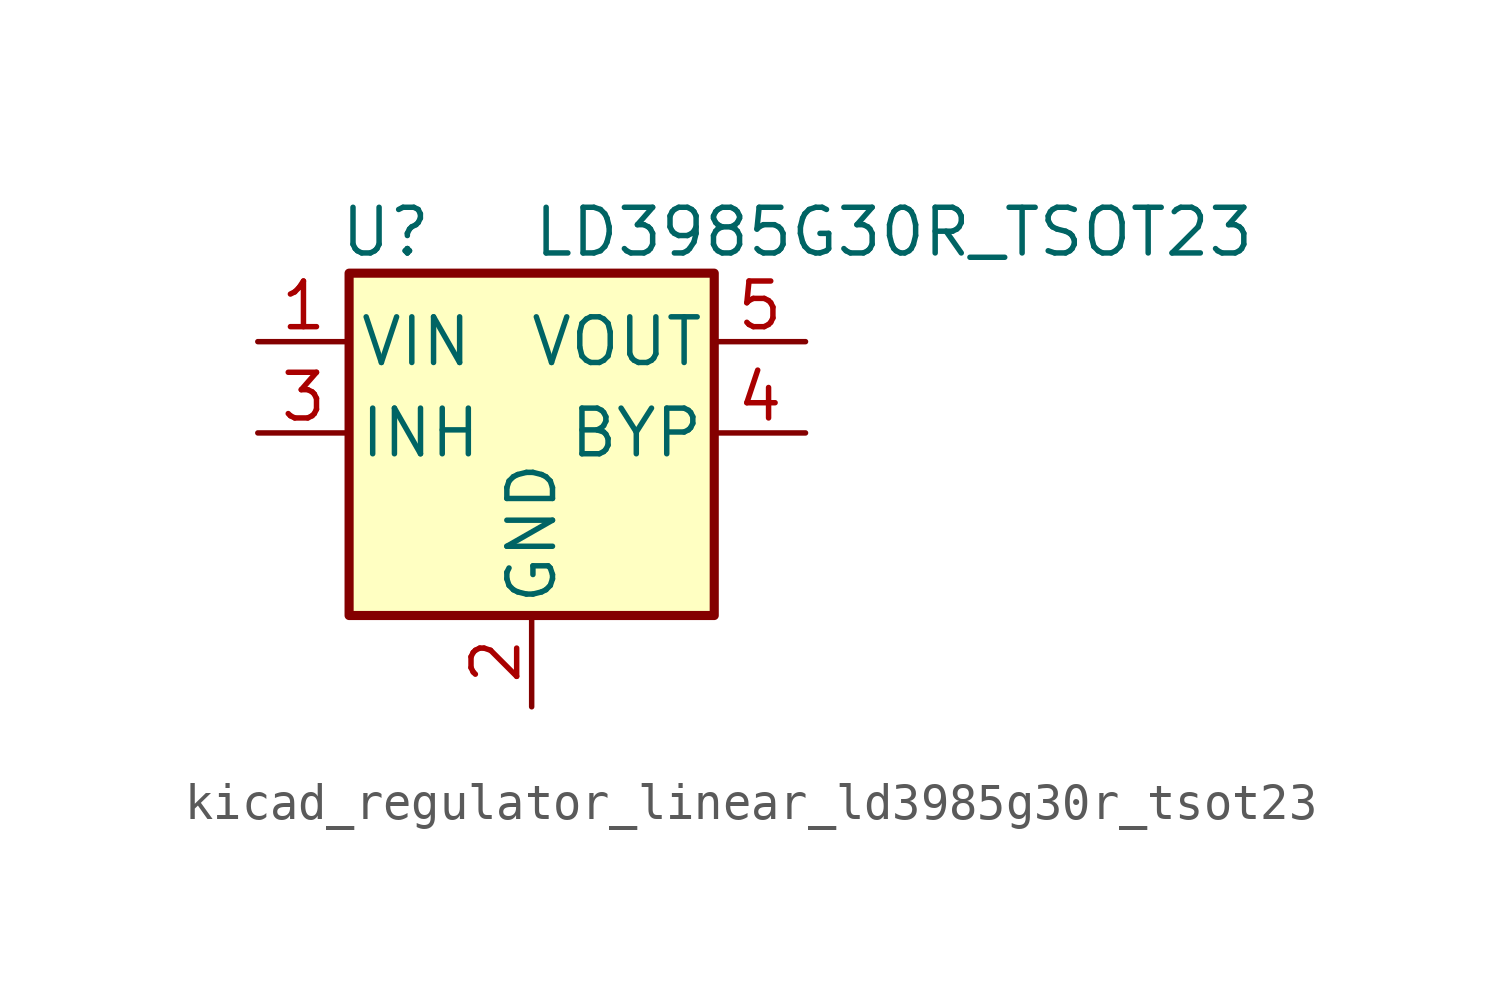
<source format=kicad_sym>
(kicad_symbol_lib
  (version 20220914)
  (generator kicad_symbol_editor)
  (symbol "kicad_regulator_linear_ld3985g30r_tsot23"
    (pin_names
      (offset 0.254))
    (property "Reference" "U"
      (at -4.064 5.588 0)
      (effects (font (size 1.27 1.27))))
    (property "Value" "LD3985G30R_TSOT23"
      (at 0 5.588 0)
      (effects (font (size 1.27 1.27)) (justify left)))
    (symbol "kicad_regulator_linear_ld3985g30r_tsot23_0_1"
      (rectangle (start -5.08 4.445) (end 5.08 -5.08) (stroke (width 0.254) (type default)) (fill (type background))))
    (symbol "kicad_regulator_linear_ld3985g30r_tsot23_1_1"
      (pin power_in line (at -7.62 2.54 0) (length 2.54) (name "VIN" (effects (font (size 1.27 1.27)))) (number "1" (effects (font (size 1.27 1.27)))))
      (pin power_in line (at 0 -7.62 90) (length 2.54) (name "GND" (effects (font (size 1.27 1.27)))) (number "2" (effects (font (size 1.27 1.27)))))
      (pin input line (at -7.62 0 0) (length 2.54) (name "INH" (effects (font (size 1.27 1.27)))) (number "3" (effects (font (size 1.27 1.27)))))
      (pin input line (at 7.62 0 180) (length 2.54) (name "BYP" (effects (font (size 1.27 1.27)))) (number "4" (effects (font (size 1.27 1.27)))))
      (pin power_out line (at 7.62 2.54 180) (length 2.54) (name "VOUT" (effects (font (size 1.27 1.27)))) (number "5" (effects (font (size 1.27 1.27))))))))
</source>
